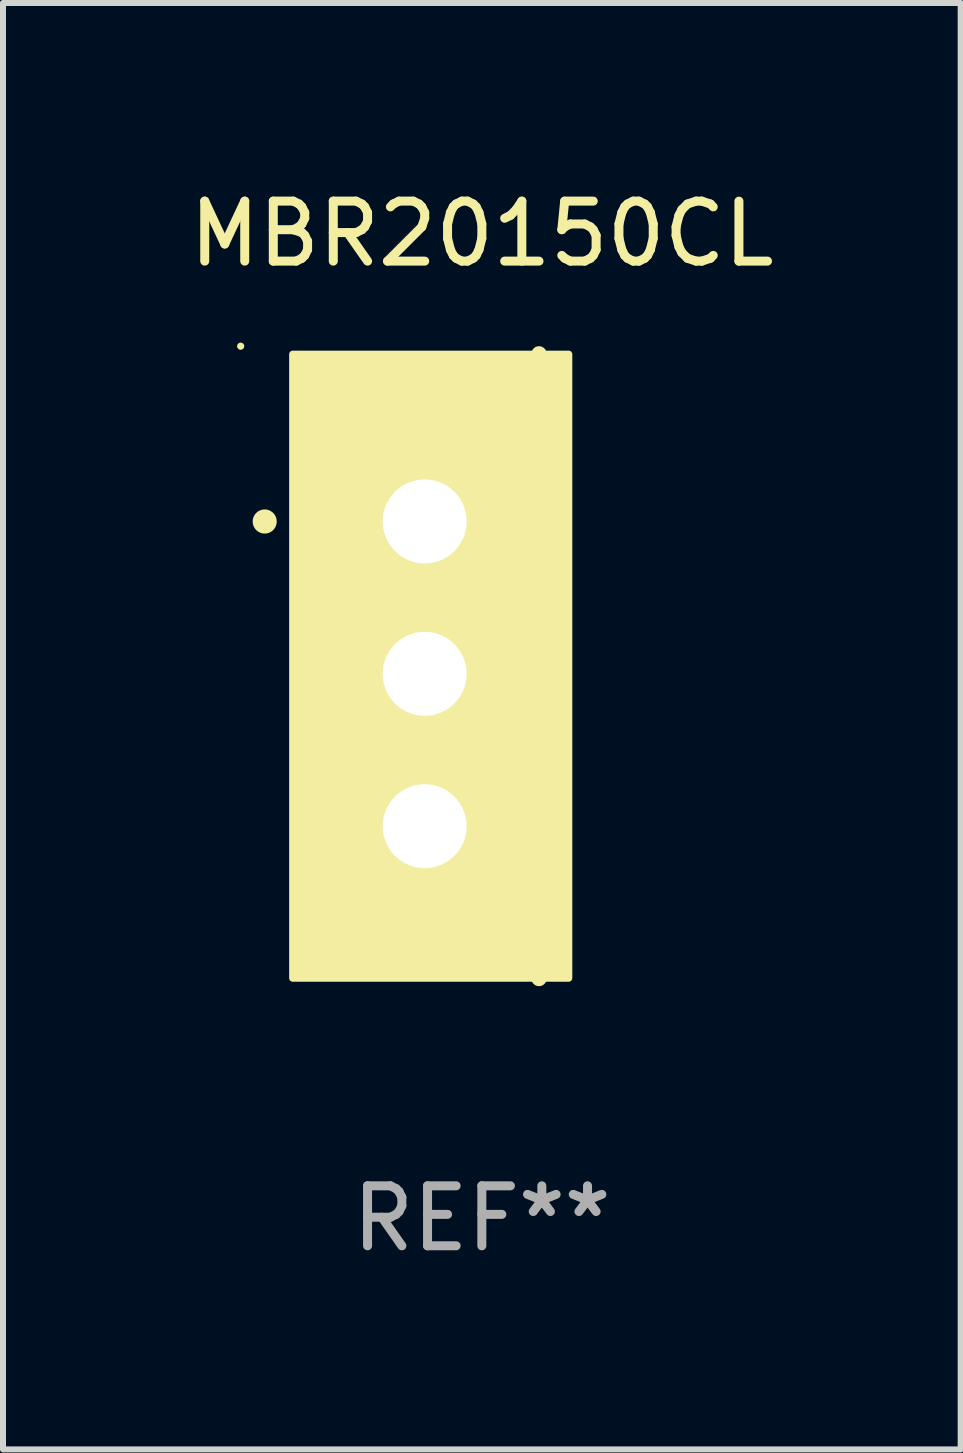
<source format=kicad_pcb>
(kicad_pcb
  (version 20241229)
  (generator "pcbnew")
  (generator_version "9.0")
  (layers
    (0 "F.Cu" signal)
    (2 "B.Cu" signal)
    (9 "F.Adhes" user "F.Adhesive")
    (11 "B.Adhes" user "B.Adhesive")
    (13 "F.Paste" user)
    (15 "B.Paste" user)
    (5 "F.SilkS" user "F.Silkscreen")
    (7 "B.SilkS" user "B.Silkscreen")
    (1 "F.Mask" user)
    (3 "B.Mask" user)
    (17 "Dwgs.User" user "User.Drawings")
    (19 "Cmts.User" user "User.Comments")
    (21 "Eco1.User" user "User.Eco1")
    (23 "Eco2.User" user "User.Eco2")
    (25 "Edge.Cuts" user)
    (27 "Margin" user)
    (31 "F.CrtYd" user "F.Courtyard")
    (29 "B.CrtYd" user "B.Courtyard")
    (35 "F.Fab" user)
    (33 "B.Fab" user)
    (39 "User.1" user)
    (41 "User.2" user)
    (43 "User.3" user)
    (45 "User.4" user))
  (footprint "MBR20150CL"
    (layer "F.Cu")
    (at 4.982 8.055)
    (property "Reference" "MBR20150CL" (at 0 -7.207 0) (layer "F.SilkS") (effects (font (size 1 1) (thickness 0.15))))
    (attr through_hole)
    (fp_line (start 0.953 5.207) (end 0.953 -5.207) (stroke (width 0.254) (type solid)) (layer "F.SilkS"))
    (fp_arc (start -3.619507 -2.410465) (mid -3.619511 -2.411735) (end -3.619507 -2.413005) (stroke (width 0.4) (type solid)) (layer "F.SilkS"))
    (fp_circle (center -4.02 -5.334) (end -3.99 -5.334) (stroke (width 0.06) (type solid)) (fill no) (layer "F.SilkS"))
    (fp_poly (pts (xy -3.152 -5.2) (xy 1.448 -5.2) (xy 1.448 5.2) (xy -3.152 5.2)) (stroke (width 0.12) (type solid)) (fill yes) (layer "F.SilkS"))
    (fp_text user "REF**" (at 0 9.207 0) (layer "F.Fab") (effects (font (size 1 1) (thickness 0.15))))
    (pad "1" thru_hole rect (at -0.953 -2.413 270) (size 2 2.5) (drill 1.4) (layers "*.Cu" "*.Mask"))
    (pad "2" thru_hole oval (at -0.953 0.127 270) (size 2 2.5) (drill 1.4) (layers "*.Cu" "*.Mask"))
    (pad "3" thru_hole oval (at -0.953 2.667 270) (size 2 2.5) (drill 1.4) (layers "*.Cu" "*.Mask")))
  (gr_rect
    (start -3 -3)
    (end 12.964 21.111)
    (stroke (width 0.1) (type default))
    (fill no)
    (layer "Edge.Cuts")))
</source>
